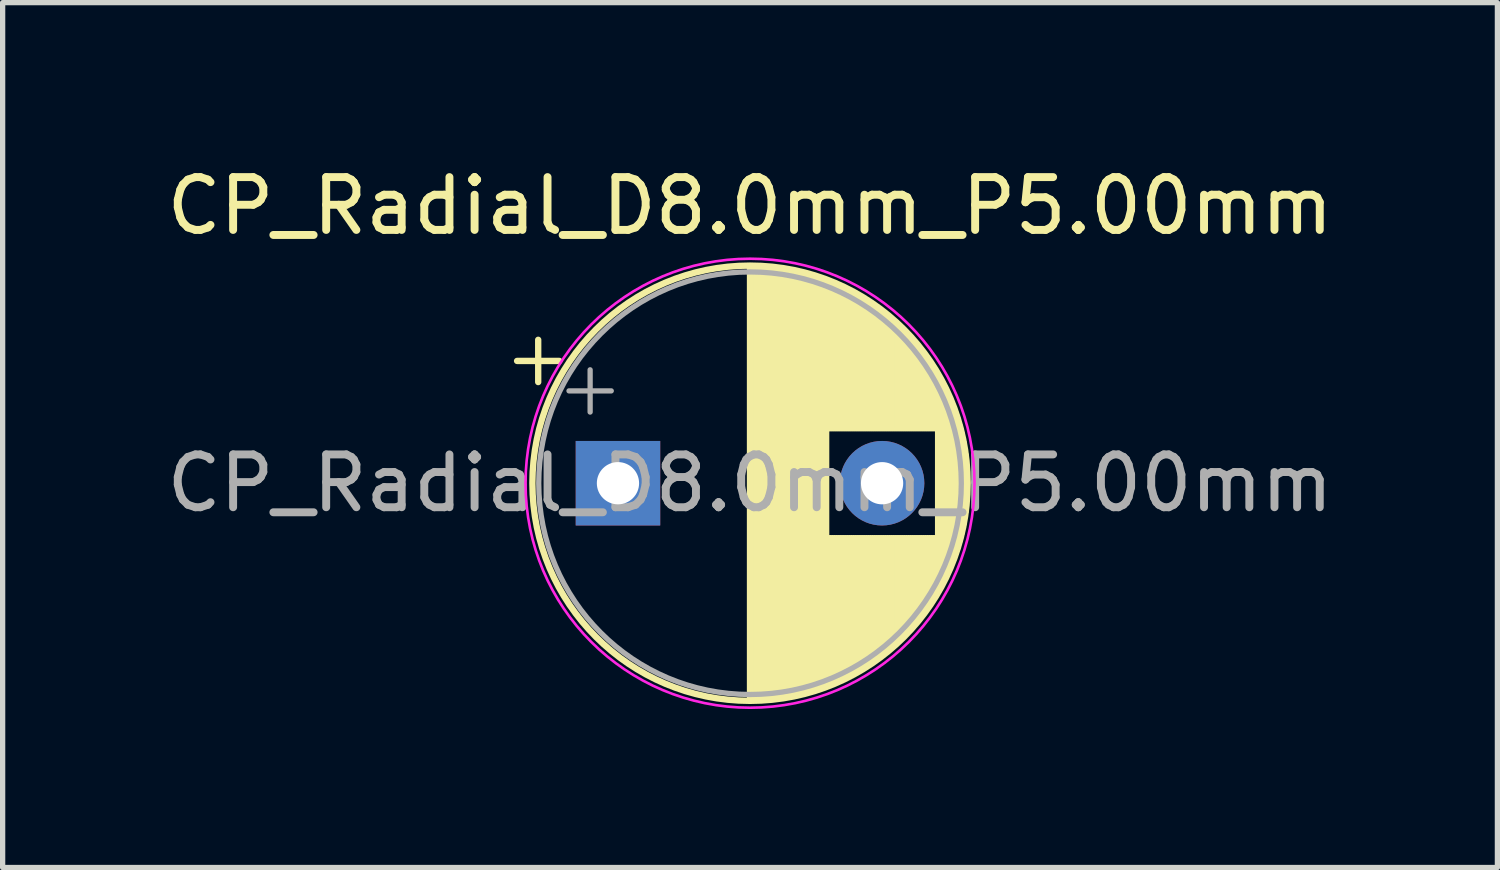
<source format=kicad_pcb>
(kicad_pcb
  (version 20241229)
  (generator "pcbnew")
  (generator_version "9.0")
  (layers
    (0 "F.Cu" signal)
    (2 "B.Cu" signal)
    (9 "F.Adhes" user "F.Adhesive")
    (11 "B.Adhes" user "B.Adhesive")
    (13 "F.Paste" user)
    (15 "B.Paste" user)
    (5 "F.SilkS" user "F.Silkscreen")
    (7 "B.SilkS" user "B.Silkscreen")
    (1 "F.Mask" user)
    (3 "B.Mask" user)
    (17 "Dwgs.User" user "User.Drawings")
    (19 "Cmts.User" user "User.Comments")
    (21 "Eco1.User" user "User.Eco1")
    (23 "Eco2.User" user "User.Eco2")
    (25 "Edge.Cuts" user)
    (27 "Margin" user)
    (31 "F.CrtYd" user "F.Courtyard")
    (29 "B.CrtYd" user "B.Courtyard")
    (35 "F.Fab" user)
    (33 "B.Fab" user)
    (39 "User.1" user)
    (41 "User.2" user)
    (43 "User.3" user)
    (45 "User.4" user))
  (footprint "CP_Radial_D8.0mm_P5.00mm"
    (layer "F.Cu")
    (at 8.649 6.098)
    (property "Reference" "CP_Radial_D8.0mm_P5.00mm" (at 2.5 -5.25 0) (layer "F.SilkS") (effects (font (size 1 1) (thickness 0.15))))
    (attr through_hole)
    (fp_line (start -1.91 -2.315) (end -1.11 -2.315) (stroke (width 0.12) (type solid)) (layer "F.SilkS"))
    (fp_line (start -1.51 -2.715) (end -1.51 -1.915) (stroke (width 0.12) (type solid)) (layer "F.SilkS"))
    (fp_line (start 2.5 -4.08) (end 2.5 4.08) (stroke (width 0.12) (type solid)) (layer "F.SilkS"))
    (fp_line (start 2.54 -4.08) (end 2.54 4.08) (stroke (width 0.12) (type solid)) (layer "F.SilkS"))
    (fp_line (start 2.58 -4.08) (end 2.58 4.08) (stroke (width 0.12) (type solid)) (layer "F.SilkS"))
    (fp_line (start 2.62 -4.079) (end 2.62 4.079) (stroke (width 0.12) (type solid)) (layer "F.SilkS"))
    (fp_line (start 2.66 -4.077) (end 2.66 4.077) (stroke (width 0.12) (type solid)) (layer "F.SilkS"))
    (fp_line (start 2.7 -4.076) (end 2.7 4.076) (stroke (width 0.12) (type solid)) (layer "F.SilkS"))
    (fp_line (start 2.74 -4.074) (end 2.74 4.074) (stroke (width 0.12) (type solid)) (layer "F.SilkS"))
    (fp_line (start 2.78 -4.071) (end 2.78 4.071) (stroke (width 0.12) (type solid)) (layer "F.SilkS"))
    (fp_line (start 2.82 -4.068) (end 2.82 4.068) (stroke (width 0.12) (type solid)) (layer "F.SilkS"))
    (fp_line (start 2.86 -4.065) (end 2.86 4.065) (stroke (width 0.12) (type solid)) (layer "F.SilkS"))
    (fp_line (start 2.9 -4.061) (end 2.9 4.061) (stroke (width 0.12) (type solid)) (layer "F.SilkS"))
    (fp_line (start 2.94 -4.057) (end 2.94 4.057) (stroke (width 0.12) (type solid)) (layer "F.SilkS"))
    (fp_line (start 2.98 -4.052) (end 2.98 4.052) (stroke (width 0.12) (type solid)) (layer "F.SilkS"))
    (fp_line (start 3.02 -4.048) (end 3.02 4.048) (stroke (width 0.12) (type solid)) (layer "F.SilkS"))
    (fp_line (start 3.06 -4.042) (end 3.06 4.042) (stroke (width 0.12) (type solid)) (layer "F.SilkS"))
    (fp_line (start 3.1 -4.037) (end 3.1 4.037) (stroke (width 0.12) (type solid)) (layer "F.SilkS"))
    (fp_line (start 3.14 -4.03) (end 3.14 4.03) (stroke (width 0.12) (type solid)) (layer "F.SilkS"))
    (fp_line (start 3.18 -4.024) (end 3.18 4.024) (stroke (width 0.12) (type solid)) (layer "F.SilkS"))
    (fp_line (start 3.221 -4.017) (end 3.221 4.017) (stroke (width 0.12) (type solid)) (layer "F.SilkS"))
    (fp_line (start 3.261 -4.01) (end 3.261 4.01) (stroke (width 0.12) (type solid)) (layer "F.SilkS"))
    (fp_line (start 3.301 -4.002) (end 3.301 4.002) (stroke (width 0.12) (type solid)) (layer "F.SilkS"))
    (fp_line (start 3.341 -3.994) (end 3.341 3.994) (stroke (width 0.12) (type solid)) (layer "F.SilkS"))
    (fp_line (start 3.381 -3.985) (end 3.381 3.985) (stroke (width 0.12) (type solid)) (layer "F.SilkS"))
    (fp_line (start 3.421 -3.976) (end 3.421 3.976) (stroke (width 0.12) (type solid)) (layer "F.SilkS"))
    (fp_line (start 3.461 -3.967) (end 3.461 3.967) (stroke (width 0.12) (type solid)) (layer "F.SilkS"))
    (fp_line (start 3.501 -3.957) (end 3.501 3.957) (stroke (width 0.12) (type solid)) (layer "F.SilkS"))
    (fp_line (start 3.541 -3.947) (end 3.541 3.947) (stroke (width 0.12) (type solid)) (layer "F.SilkS"))
    (fp_line (start 3.581 -3.936) (end 3.581 3.936) (stroke (width 0.12) (type solid)) (layer "F.SilkS"))
    (fp_line (start 3.621 -3.925) (end 3.621 3.925) (stroke (width 0.12) (type solid)) (layer "F.SilkS"))
    (fp_line (start 3.661 -3.914) (end 3.661 3.914) (stroke (width 0.12) (type solid)) (layer "F.SilkS"))
    (fp_line (start 3.701 -3.902) (end 3.701 3.902) (stroke (width 0.12) (type solid)) (layer "F.SilkS"))
    (fp_line (start 3.741 -3.889) (end 3.741 3.889) (stroke (width 0.12) (type solid)) (layer "F.SilkS"))
    (fp_line (start 3.781 -3.877) (end 3.781 3.877) (stroke (width 0.12) (type solid)) (layer "F.SilkS"))
    (fp_line (start 3.821 -3.863) (end 3.821 3.863) (stroke (width 0.12) (type solid)) (layer "F.SilkS"))
    (fp_line (start 3.861 -3.85) (end 3.861 3.85) (stroke (width 0.12) (type solid)) (layer "F.SilkS"))
    (fp_line (start 3.901 -3.835) (end 3.901 3.835) (stroke (width 0.12) (type solid)) (layer "F.SilkS"))
    (fp_line (start 3.941 -3.821) (end 3.941 3.821) (stroke (width 0.12) (type solid)) (layer "F.SilkS"))
    (fp_line (start 3.981 -3.805) (end 3.981 -1.04) (stroke (width 0.12) (type solid)) (layer "F.SilkS"))
    (fp_line (start 3.981 1.04) (end 3.981 3.805) (stroke (width 0.12) (type solid)) (layer "F.SilkS"))
    (fp_line (start 4.021 -3.79) (end 4.021 -1.04) (stroke (width 0.12) (type solid)) (layer "F.SilkS"))
    (fp_line (start 4.021 1.04) (end 4.021 3.79) (stroke (width 0.12) (type solid)) (layer "F.SilkS"))
    (fp_line (start 4.061 -3.774) (end 4.061 -1.04) (stroke (width 0.12) (type solid)) (layer "F.SilkS"))
    (fp_line (start 4.061 1.04) (end 4.061 3.774) (stroke (width 0.12) (type solid)) (layer "F.SilkS"))
    (fp_line (start 4.101 -3.757) (end 4.101 -1.04) (stroke (width 0.12) (type solid)) (layer "F.SilkS"))
    (fp_line (start 4.101 1.04) (end 4.101 3.757) (stroke (width 0.12) (type solid)) (layer "F.SilkS"))
    (fp_line (start 4.141 -3.74) (end 4.141 -1.04) (stroke (width 0.12) (type solid)) (layer "F.SilkS"))
    (fp_line (start 4.141 1.04) (end 4.141 3.74) (stroke (width 0.12) (type solid)) (layer "F.SilkS"))
    (fp_line (start 4.181 -3.722) (end 4.181 -1.04) (stroke (width 0.12) (type solid)) (layer "F.SilkS"))
    (fp_line (start 4.181 1.04) (end 4.181 3.722) (stroke (width 0.12) (type solid)) (layer "F.SilkS"))
    (fp_line (start 4.221 -3.704) (end 4.221 -1.04) (stroke (width 0.12) (type solid)) (layer "F.SilkS"))
    (fp_line (start 4.221 1.04) (end 4.221 3.704) (stroke (width 0.12) (type solid)) (layer "F.SilkS"))
    (fp_line (start 4.261 -3.686) (end 4.261 -1.04) (stroke (width 0.12) (type solid)) (layer "F.SilkS"))
    (fp_line (start 4.261 1.04) (end 4.261 3.686) (stroke (width 0.12) (type solid)) (layer "F.SilkS"))
    (fp_line (start 4.301 -3.666) (end 4.301 -1.04) (stroke (width 0.12) (type solid)) (layer "F.SilkS"))
    (fp_line (start 4.301 1.04) (end 4.301 3.666) (stroke (width 0.12) (type solid)) (layer "F.SilkS"))
    (fp_line (start 4.341 -3.647) (end 4.341 -1.04) (stroke (width 0.12) (type solid)) (layer "F.SilkS"))
    (fp_line (start 4.341 1.04) (end 4.341 3.647) (stroke (width 0.12) (type solid)) (layer "F.SilkS"))
    (fp_line (start 4.381 -3.627) (end 4.381 -1.04) (stroke (width 0.12) (type solid)) (layer "F.SilkS"))
    (fp_line (start 4.381 1.04) (end 4.381 3.627) (stroke (width 0.12) (type solid)) (layer "F.SilkS"))
    (fp_line (start 4.421 -3.606) (end 4.421 -1.04) (stroke (width 0.12) (type solid)) (layer "F.SilkS"))
    (fp_line (start 4.421 1.04) (end 4.421 3.606) (stroke (width 0.12) (type solid)) (layer "F.SilkS"))
    (fp_line (start 4.461 -3.584) (end 4.461 -1.04) (stroke (width 0.12) (type solid)) (layer "F.SilkS"))
    (fp_line (start 4.461 1.04) (end 4.461 3.584) (stroke (width 0.12) (type solid)) (layer "F.SilkS"))
    (fp_line (start 4.501 -3.562) (end 4.501 -1.04) (stroke (width 0.12) (type solid)) (layer "F.SilkS"))
    (fp_line (start 4.501 1.04) (end 4.501 3.562) (stroke (width 0.12) (type solid)) (layer "F.SilkS"))
    (fp_line (start 4.541 -3.54) (end 4.541 -1.04) (stroke (width 0.12) (type solid)) (layer "F.SilkS"))
    (fp_line (start 4.541 1.04) (end 4.541 3.54) (stroke (width 0.12) (type solid)) (layer "F.SilkS"))
    (fp_line (start 4.581 -3.517) (end 4.581 -1.04) (stroke (width 0.12) (type solid)) (layer "F.SilkS"))
    (fp_line (start 4.581 1.04) (end 4.581 3.517) (stroke (width 0.12) (type solid)) (layer "F.SilkS"))
    (fp_line (start 4.621 -3.493) (end 4.621 -1.04) (stroke (width 0.12) (type solid)) (layer "F.SilkS"))
    (fp_line (start 4.621 1.04) (end 4.621 3.493) (stroke (width 0.12) (type solid)) (layer "F.SilkS"))
    (fp_line (start 4.661 -3.469) (end 4.661 -1.04) (stroke (width 0.12) (type solid)) (layer "F.SilkS"))
    (fp_line (start 4.661 1.04) (end 4.661 3.469) (stroke (width 0.12) (type solid)) (layer "F.SilkS"))
    (fp_line (start 4.701 -3.444) (end 4.701 -1.04) (stroke (width 0.12) (type solid)) (layer "F.SilkS"))
    (fp_line (start 4.701 1.04) (end 4.701 3.444) (stroke (width 0.12) (type solid)) (layer "F.SilkS"))
    (fp_line (start 4.741 -3.418) (end 4.741 -1.04) (stroke (width 0.12) (type solid)) (layer "F.SilkS"))
    (fp_line (start 4.741 1.04) (end 4.741 3.418) (stroke (width 0.12) (type solid)) (layer "F.SilkS"))
    (fp_line (start 4.781 -3.392) (end 4.781 -1.04) (stroke (width 0.12) (type solid)) (layer "F.SilkS"))
    (fp_line (start 4.781 1.04) (end 4.781 3.392) (stroke (width 0.12) (type solid)) (layer "F.SilkS"))
    (fp_line (start 4.821 -3.365) (end 4.821 -1.04) (stroke (width 0.12) (type solid)) (layer "F.SilkS"))
    (fp_line (start 4.821 1.04) (end 4.821 3.365) (stroke (width 0.12) (type solid)) (layer "F.SilkS"))
    (fp_line (start 4.861 -3.338) (end 4.861 -1.04) (stroke (width 0.12) (type solid)) (layer "F.SilkS"))
    (fp_line (start 4.861 1.04) (end 4.861 3.338) (stroke (width 0.12) (type solid)) (layer "F.SilkS"))
    (fp_line (start 4.901 -3.309) (end 4.901 -1.04) (stroke (width 0.12) (type solid)) (layer "F.SilkS"))
    (fp_line (start 4.901 1.04) (end 4.901 3.309) (stroke (width 0.12) (type solid)) (layer "F.SilkS"))
    (fp_line (start 4.941 -3.28) (end 4.941 -1.04) (stroke (width 0.12) (type solid)) (layer "F.SilkS"))
    (fp_line (start 4.941 1.04) (end 4.941 3.28) (stroke (width 0.12) (type solid)) (layer "F.SilkS"))
    (fp_line (start 4.981 -3.25) (end 4.981 -1.04) (stroke (width 0.12) (type solid)) (layer "F.SilkS"))
    (fp_line (start 4.981 1.04) (end 4.981 3.25) (stroke (width 0.12) (type solid)) (layer "F.SilkS"))
    (fp_line (start 5.021 -3.22) (end 5.021 -1.04) (stroke (width 0.12) (type solid)) (layer "F.SilkS"))
    (fp_line (start 5.021 1.04) (end 5.021 3.22) (stroke (width 0.12) (type solid)) (layer "F.SilkS"))
    (fp_line (start 5.061 -3.189) (end 5.061 -1.04) (stroke (width 0.12) (type solid)) (layer "F.SilkS"))
    (fp_line (start 5.061 1.04) (end 5.061 3.189) (stroke (width 0.12) (type solid)) (layer "F.SilkS"))
    (fp_line (start 5.101 -3.156) (end 5.101 -1.04) (stroke (width 0.12) (type solid)) (layer "F.SilkS"))
    (fp_line (start 5.101 1.04) (end 5.101 3.156) (stroke (width 0.12) (type solid)) (layer "F.SilkS"))
    (fp_line (start 5.141 -3.124) (end 5.141 -1.04) (stroke (width 0.12) (type solid)) (layer "F.SilkS"))
    (fp_line (start 5.141 1.04) (end 5.141 3.124) (stroke (width 0.12) (type solid)) (layer "F.SilkS"))
    (fp_line (start 5.181 -3.09) (end 5.181 -1.04) (stroke (width 0.12) (type solid)) (layer "F.SilkS"))
    (fp_line (start 5.181 1.04) (end 5.181 3.09) (stroke (width 0.12) (type solid)) (layer "F.SilkS"))
    (fp_line (start 5.221 -3.055) (end 5.221 -1.04) (stroke (width 0.12) (type solid)) (layer "F.SilkS"))
    (fp_line (start 5.221 1.04) (end 5.221 3.055) (stroke (width 0.12) (type solid)) (layer "F.SilkS"))
    (fp_line (start 5.261 -3.019) (end 5.261 -1.04) (stroke (width 0.12) (type solid)) (layer "F.SilkS"))
    (fp_line (start 5.261 1.04) (end 5.261 3.019) (stroke (width 0.12) (type solid)) (layer "F.SilkS"))
    (fp_line (start 5.301 -2.983) (end 5.301 -1.04) (stroke (width 0.12) (type solid)) (layer "F.SilkS"))
    (fp_line (start 5.301 1.04) (end 5.301 2.983) (stroke (width 0.12) (type solid)) (layer "F.SilkS"))
    (fp_line (start 5.341 -2.945) (end 5.341 -1.04) (stroke (width 0.12) (type solid)) (layer "F.SilkS"))
    (fp_line (start 5.341 1.04) (end 5.341 2.945) (stroke (width 0.12) (type solid)) (layer "F.SilkS"))
    (fp_line (start 5.381 -2.907) (end 5.381 -1.04) (stroke (width 0.12) (type solid)) (layer "F.SilkS"))
    (fp_line (start 5.381 1.04) (end 5.381 2.907) (stroke (width 0.12) (type solid)) (layer "F.SilkS"))
    (fp_line (start 5.421 -2.867) (end 5.421 -1.04) (stroke (width 0.12) (type solid)) (layer "F.SilkS"))
    (fp_line (start 5.421 1.04) (end 5.421 2.867) (stroke (width 0.12) (type solid)) (layer "F.SilkS"))
    (fp_line (start 5.461 -2.826) (end 5.461 -1.04) (stroke (width 0.12) (type solid)) (layer "F.SilkS"))
    (fp_line (start 5.461 1.04) (end 5.461 2.826) (stroke (width 0.12) (type solid)) (layer "F.SilkS"))
    (fp_line (start 5.501 -2.784) (end 5.501 -1.04) (stroke (width 0.12) (type solid)) (layer "F.SilkS"))
    (fp_line (start 5.501 1.04) (end 5.501 2.784) (stroke (width 0.12) (type solid)) (layer "F.SilkS"))
    (fp_line (start 5.541 -2.741) (end 5.541 -1.04) (stroke (width 0.12) (type solid)) (layer "F.SilkS"))
    (fp_line (start 5.541 1.04) (end 5.541 2.741) (stroke (width 0.12) (type solid)) (layer "F.SilkS"))
    (fp_line (start 5.581 -2.697) (end 5.581 -1.04) (stroke (width 0.12) (type solid)) (layer "F.SilkS"))
    (fp_line (start 5.581 1.04) (end 5.581 2.697) (stroke (width 0.12) (type solid)) (layer "F.SilkS"))
    (fp_line (start 5.621 -2.651) (end 5.621 -1.04) (stroke (width 0.12) (type solid)) (layer "F.SilkS"))
    (fp_line (start 5.621 1.04) (end 5.621 2.651) (stroke (width 0.12) (type solid)) (layer "F.SilkS"))
    (fp_line (start 5.661 -2.604) (end 5.661 -1.04) (stroke (width 0.12) (type solid)) (layer "F.SilkS"))
    (fp_line (start 5.661 1.04) (end 5.661 2.604) (stroke (width 0.12) (type solid)) (layer "F.SilkS"))
    (fp_line (start 5.701 -2.556) (end 5.701 -1.04) (stroke (width 0.12) (type solid)) (layer "F.SilkS"))
    (fp_line (start 5.701 1.04) (end 5.701 2.556) (stroke (width 0.12) (type solid)) (layer "F.SilkS"))
    (fp_line (start 5.741 -2.505) (end 5.741 -1.04) (stroke (width 0.12) (type solid)) (layer "F.SilkS"))
    (fp_line (start 5.741 1.04) (end 5.741 2.505) (stroke (width 0.12) (type solid)) (layer "F.SilkS"))
    (fp_line (start 5.781 -2.454) (end 5.781 -1.04) (stroke (width 0.12) (type solid)) (layer "F.SilkS"))
    (fp_line (start 5.781 1.04) (end 5.781 2.454) (stroke (width 0.12) (type solid)) (layer "F.SilkS"))
    (fp_line (start 5.821 -2.4) (end 5.821 -1.04) (stroke (width 0.12) (type solid)) (layer "F.SilkS"))
    (fp_line (start 5.821 1.04) (end 5.821 2.4) (stroke (width 0.12) (type solid)) (layer "F.SilkS"))
    (fp_line (start 5.861 -2.345) (end 5.861 -1.04) (stroke (width 0.12) (type solid)) (layer "F.SilkS"))
    (fp_line (start 5.861 1.04) (end 5.861 2.345) (stroke (width 0.12) (type solid)) (layer "F.SilkS"))
    (fp_line (start 5.901 -2.287) (end 5.901 -1.04) (stroke (width 0.12) (type solid)) (layer "F.SilkS"))
    (fp_line (start 5.901 1.04) (end 5.901 2.287) (stroke (width 0.12) (type solid)) (layer "F.SilkS"))
    (fp_line (start 5.941 -2.228) (end 5.941 -1.04) (stroke (width 0.12) (type solid)) (layer "F.SilkS"))
    (fp_line (start 5.941 1.04) (end 5.941 2.228) (stroke (width 0.12) (type solid)) (layer "F.SilkS"))
    (fp_line (start 5.981 -2.166) (end 5.981 -1.04) (stroke (width 0.12) (type solid)) (layer "F.SilkS"))
    (fp_line (start 5.981 1.04) (end 5.981 2.166) (stroke (width 0.12) (type solid)) (layer "F.SilkS"))
    (fp_line (start 6.021 -2.102) (end 6.021 -1.04) (stroke (width 0.12) (type solid)) (layer "F.SilkS"))
    (fp_line (start 6.021 1.04) (end 6.021 2.102) (stroke (width 0.12) (type solid)) (layer "F.SilkS"))
    (fp_line (start 6.061 -2.034) (end 6.061 2.034) (stroke (width 0.12) (type solid)) (layer "F.SilkS"))
    (fp_line (start 6.101 -1.964) (end 6.101 1.964) (stroke (width 0.12) (type solid)) (layer "F.SilkS"))
    (fp_line (start 6.141 -1.89) (end 6.141 1.89) (stroke (width 0.12) (type solid)) (layer "F.SilkS"))
    (fp_line (start 6.181 -1.813) (end 6.181 1.813) (stroke (width 0.12) (type solid)) (layer "F.SilkS"))
    (fp_line (start 6.221 -1.731) (end 6.221 1.731) (stroke (width 0.12) (type solid)) (layer "F.SilkS"))
    (fp_line (start 6.261 -1.645) (end 6.261 1.645) (stroke (width 0.12) (type solid)) (layer "F.SilkS"))
    (fp_line (start 6.301 -1.552) (end 6.301 1.552) (stroke (width 0.12) (type solid)) (layer "F.SilkS"))
    (fp_line (start 6.341 -1.453) (end 6.341 1.453) (stroke (width 0.12) (type solid)) (layer "F.SilkS"))
    (fp_line (start 6.381 -1.346) (end 6.381 1.346) (stroke (width 0.12) (type solid)) (layer "F.SilkS"))
    (fp_line (start 6.421 -1.229) (end 6.421 1.229) (stroke (width 0.12) (type solid)) (layer "F.SilkS"))
    (fp_line (start 6.461 -1.098) (end 6.461 1.098) (stroke (width 0.12) (type solid)) (layer "F.SilkS"))
    (fp_line (start 6.501 -0.948) (end 6.501 0.948) (stroke (width 0.12) (type solid)) (layer "F.SilkS"))
    (fp_line (start 6.541 -0.768) (end 6.541 0.768) (stroke (width 0.12) (type solid)) (layer "F.SilkS"))
    (fp_line (start 6.581 -0.533) (end 6.581 0.533) (stroke (width 0.12) (type solid)) (layer "F.SilkS"))
    (fp_circle (center 2.5 0) (end 6.62 0) (stroke (width 0.12) (type solid)) (fill no) (layer "F.SilkS"))
    (fp_circle (center 2.5 0) (end 6.75 0) (stroke (width 0.05) (type solid)) (fill no) (layer "F.CrtYd"))
    (fp_line (start -0.927 -1.748) (end -0.127 -1.748) (stroke (width 0.1) (type solid)) (layer "F.Fab"))
    (fp_line (start -0.527 -2.147) (end -0.527 -1.347) (stroke (width 0.1) (type solid)) (layer "F.Fab"))
    (fp_circle (center 2.5 0) (end 6.5 0) (stroke (width 0.1) (type solid)) (fill no) (layer "F.Fab"))
    (fp_text user "${REFERENCE}" (at 2.5 0 0) (layer "F.Fab") (effects (font (size 1 1) (thickness 0.15))))
    (pad "1" thru_hole rect (at 0 0) (size 1.6 1.6) (drill 0.8) (layers "*.Cu" "*.Mask"))
    (pad "2" thru_hole circle (at 5 0) (size 1.6 1.6) (drill 0.8) (layers "*.Cu" "*.Mask")))
  (gr_rect
    (start -3 -3)
    (end 25.298 13.373)
    (stroke (width 0.1) (type default))
    (fill no)
    (layer "Edge.Cuts")))
</source>
